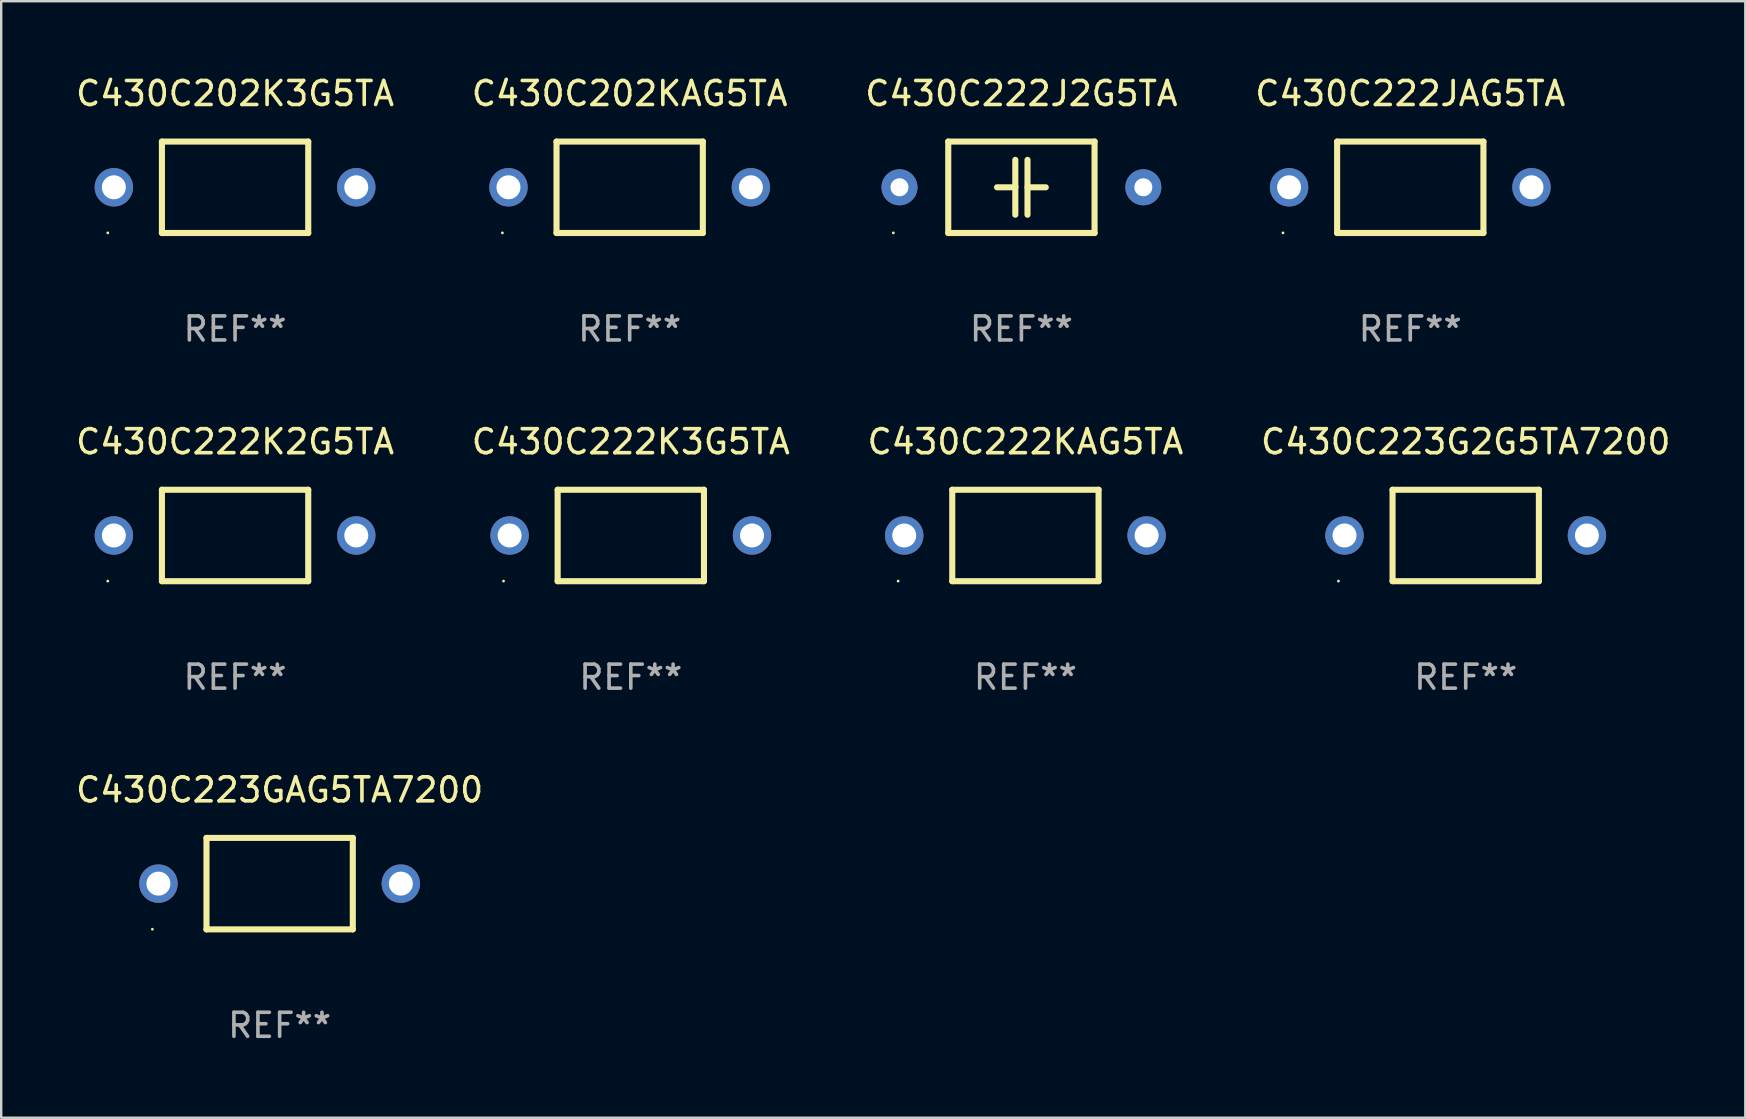
<source format=kicad_pcb>
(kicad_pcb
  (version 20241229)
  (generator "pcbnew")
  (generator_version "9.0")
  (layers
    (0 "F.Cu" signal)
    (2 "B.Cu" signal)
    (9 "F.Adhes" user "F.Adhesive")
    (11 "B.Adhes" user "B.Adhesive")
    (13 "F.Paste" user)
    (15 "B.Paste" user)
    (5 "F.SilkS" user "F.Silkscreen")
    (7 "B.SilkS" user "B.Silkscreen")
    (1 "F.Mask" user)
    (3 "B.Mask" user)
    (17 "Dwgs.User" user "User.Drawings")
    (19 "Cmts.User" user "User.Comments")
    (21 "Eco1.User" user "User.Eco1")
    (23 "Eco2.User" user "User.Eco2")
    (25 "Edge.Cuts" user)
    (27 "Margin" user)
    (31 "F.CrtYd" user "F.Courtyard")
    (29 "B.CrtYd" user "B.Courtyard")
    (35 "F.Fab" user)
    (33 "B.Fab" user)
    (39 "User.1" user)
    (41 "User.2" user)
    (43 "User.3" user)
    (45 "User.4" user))
  (footprint "C430C223GAG5TA7200"
    (layer "F.Cu")
    (at 8.601 33.766)
    (property "Reference" "C430C223GAG5TA7200" (at 0 -3.905 0) (layer "F.SilkS") (effects (font (size 1 1) (thickness 0.15))))
    (attr through_hole)
    (fp_line (start -3.048 -1.905) (end -3.048 1.905) (stroke (width 0.254) (type solid)) (layer "F.SilkS"))
    (fp_line (start -3.048 1.905) (end 3.048 1.905) (stroke (width 0.254) (type solid)) (layer "F.SilkS"))
    (fp_line (start 3.048 -1.905) (end -3.048 -1.905) (stroke (width 0.254) (type solid)) (layer "F.SilkS"))
    (fp_line (start 3.048 1.905) (end 3.048 -1.905) (stroke (width 0.254) (type solid)) (layer "F.SilkS"))
    (fp_circle (center -5.303 1.9) (end -5.273 1.9) (stroke (width 0.06) (type solid)) (fill no) (layer "F.SilkS"))
    (fp_text user "REF**" (at 0 5.905 0) (layer "F.Fab") (effects (font (size 1 1) (thickness 0.15))))
    (pad "1" thru_hole circle (at -5.05 0) (size 1.6 1.6) (drill 1) (layers "*.Cu" "*.Mask"))
    (pad "2" thru_hole circle (at 5.05 0) (size 1.6 1.6) (drill 1) (layers "*.Cu" "*.Mask")))
  (footprint "C430C222K3G5TA"
    (layer "F.Cu")
    (at 23.232 19.26)
    (property "Reference" "C430C222K3G5TA" (at 0 -3.905 0) (layer "F.SilkS") (effects (font (size 1 1) (thickness 0.15))))
    (attr through_hole)
    (fp_line (start -3.048 -1.905) (end -3.048 1.905) (stroke (width 0.254) (type solid)) (layer "F.SilkS"))
    (fp_line (start -3.048 1.905) (end 3.048 1.905) (stroke (width 0.254) (type solid)) (layer "F.SilkS"))
    (fp_line (start 3.048 -1.905) (end -3.048 -1.905) (stroke (width 0.254) (type solid)) (layer "F.SilkS"))
    (fp_line (start 3.048 1.905) (end 3.048 -1.905) (stroke (width 0.254) (type solid)) (layer "F.SilkS"))
    (fp_circle (center -5.303 1.9) (end -5.273 1.9) (stroke (width 0.06) (type solid)) (fill no) (layer "F.SilkS"))
    (fp_text user "REF**" (at 0 5.905 0) (layer "F.Fab") (effects (font (size 1 1) (thickness 0.15))))
    (pad "1" thru_hole circle (at -5.05 0) (size 1.6 1.6) (drill 1) (layers "*.Cu" "*.Mask"))
    (pad "2" thru_hole circle (at 5.05 0) (size 1.6 1.6) (drill 1) (layers "*.Cu" "*.Mask")))
  (footprint "C430C202KAG5TA"
    (layer "F.Cu")
    (at 23.185 4.753)
    (property "Reference" "C430C202KAG5TA" (at 0 -3.905 0) (layer "F.SilkS") (effects (font (size 1 1) (thickness 0.15))))
    (attr through_hole)
    (fp_line (start -3.048 -1.905) (end -3.048 1.905) (stroke (width 0.254) (type solid)) (layer "F.SilkS"))
    (fp_line (start -3.048 1.905) (end 3.048 1.905) (stroke (width 0.254) (type solid)) (layer "F.SilkS"))
    (fp_line (start 3.048 -1.905) (end -3.048 -1.905) (stroke (width 0.254) (type solid)) (layer "F.SilkS"))
    (fp_line (start 3.048 1.905) (end 3.048 -1.905) (stroke (width 0.254) (type solid)) (layer "F.SilkS"))
    (fp_circle (center -5.303 1.9) (end -5.273 1.9) (stroke (width 0.06) (type solid)) (fill no) (layer "F.SilkS"))
    (fp_text user "REF**" (at 0 5.905 0) (layer "F.Fab") (effects (font (size 1 1) (thickness 0.15))))
    (pad "1" thru_hole circle (at -5.05 0) (size 1.6 1.6) (drill 1) (layers "*.Cu" "*.Mask"))
    (pad "2" thru_hole circle (at 5.05 0) (size 1.6 1.6) (drill 1) (layers "*.Cu" "*.Mask")))
  (footprint "C430C222J2G5TA"
    (layer "F.Cu")
    (at 39.506 4.753)
    (property "Reference" "C430C222J2G5TA" (at 0 -3.905 0) (layer "F.SilkS") (effects (font (size 1 1) (thickness 0.15))))
    (attr through_hole)
    (fp_line (start -3.048 -1.905) (end 3.048 -1.905) (stroke (width 0.254) (type solid)) (layer "F.SilkS"))
    (fp_line (start -3.048 1.905) (end -3.048 -1.905) (stroke (width 0.254) (type solid)) (layer "F.SilkS"))
    (fp_line (start -1.016 0) (end -0.254 0) (stroke (width 0.254) (type solid)) (layer "F.SilkS"))
    (fp_line (start -0.254 -1.143) (end -0.254 -0.036) (stroke (width 0.254) (type solid)) (layer "F.SilkS"))
    (fp_line (start -0.254 -0.036) (end -0.254 1.143) (stroke (width 0.254) (type solid)) (layer "F.SilkS"))
    (fp_line (start 0.254 1.143) (end 0.254 -1.143) (stroke (width 0.254) (type solid)) (layer "F.SilkS"))
    (fp_line (start 1.016 0) (end 0.254 0) (stroke (width 0.254) (type solid)) (layer "F.SilkS"))
    (fp_line (start 3.048 -1.905) (end 3.048 1.905) (stroke (width 0.254) (type solid)) (layer "F.SilkS"))
    (fp_line (start 3.048 1.905) (end -3.048 1.905) (stroke (width 0.254) (type solid)) (layer "F.SilkS"))
    (fp_circle (center -5.335 1.9) (end -5.305 1.9) (stroke (width 0.06) (type solid)) (fill no) (layer "F.SilkS"))
    (fp_text user "REF**" (at 0 5.905 0) (layer "F.Fab") (effects (font (size 1 1) (thickness 0.15))))
    (pad "1" thru_hole circle (at -5.08 0) (size 1.5 1.5) (drill 0.75) (layers "*.Cu" "*.Mask"))
    (pad "2" thru_hole circle (at 5.08 0) (size 1.5 1.5) (drill 0.75) (layers "*.Cu" "*.Mask")))
  (footprint "C430C222K2G5TA"
    (layer "F.Cu")
    (at 6.744 19.26)
    (property "Reference" "C430C222K2G5TA" (at 0 -3.905 0) (layer "F.SilkS") (effects (font (size 1 1) (thickness 0.15))))
    (attr through_hole)
    (fp_line (start -3.048 -1.905) (end -3.048 1.905) (stroke (width 0.254) (type solid)) (layer "F.SilkS"))
    (fp_line (start -3.048 1.905) (end 3.048 1.905) (stroke (width 0.254) (type solid)) (layer "F.SilkS"))
    (fp_line (start 3.048 -1.905) (end -3.048 -1.905) (stroke (width 0.254) (type solid)) (layer "F.SilkS"))
    (fp_line (start 3.048 1.905) (end 3.048 -1.905) (stroke (width 0.254) (type solid)) (layer "F.SilkS"))
    (fp_circle (center -5.303 1.9) (end -5.273 1.9) (stroke (width 0.06) (type solid)) (fill no) (layer "F.SilkS"))
    (fp_text user "REF**" (at 0 5.905 0) (layer "F.Fab") (effects (font (size 1 1) (thickness 0.15))))
    (pad "1" thru_hole circle (at -5.05 0) (size 1.6 1.6) (drill 1) (layers "*.Cu" "*.Mask"))
    (pad "2" thru_hole circle (at 5.05 0) (size 1.6 1.6) (drill 1) (layers "*.Cu" "*.Mask")))
  (footprint "C430C222JAG5TA"
    (layer "F.Cu")
    (at 55.708 4.753)
    (property "Reference" "C430C222JAG5TA" (at 0 -3.905 0) (layer "F.SilkS") (effects (font (size 1 1) (thickness 0.15))))
    (attr through_hole)
    (fp_line (start -3.048 -1.905) (end -3.048 1.905) (stroke (width 0.254) (type solid)) (layer "F.SilkS"))
    (fp_line (start -3.048 1.905) (end 3.048 1.905) (stroke (width 0.254) (type solid)) (layer "F.SilkS"))
    (fp_line (start 3.048 -1.905) (end -3.048 -1.905) (stroke (width 0.254) (type solid)) (layer "F.SilkS"))
    (fp_line (start 3.048 1.905) (end 3.048 -1.905) (stroke (width 0.254) (type solid)) (layer "F.SilkS"))
    (fp_circle (center -5.303 1.9) (end -5.273 1.9) (stroke (width 0.06) (type solid)) (fill no) (layer "F.SilkS"))
    (fp_text user "REF**" (at 0 5.905 0) (layer "F.Fab") (effects (font (size 1 1) (thickness 0.15))))
    (pad "1" thru_hole circle (at -5.05 0) (size 1.6 1.6) (drill 1) (layers "*.Cu" "*.Mask"))
    (pad "2" thru_hole circle (at 5.05 0) (size 1.6 1.6) (drill 1) (layers "*.Cu" "*.Mask")))
  (footprint "C430C202K3G5TA"
    (layer "F.Cu")
    (at 6.744 4.753)
    (property "Reference" "C430C202K3G5TA" (at 0 -3.905 0) (layer "F.SilkS") (effects (font (size 1 1) (thickness 0.15))))
    (attr through_hole)
    (fp_line (start -3.048 -1.905) (end -3.048 1.905) (stroke (width 0.254) (type solid)) (layer "F.SilkS"))
    (fp_line (start -3.048 1.905) (end 3.048 1.905) (stroke (width 0.254) (type solid)) (layer "F.SilkS"))
    (fp_line (start 3.048 -1.905) (end -3.048 -1.905) (stroke (width 0.254) (type solid)) (layer "F.SilkS"))
    (fp_line (start 3.048 1.905) (end 3.048 -1.905) (stroke (width 0.254) (type solid)) (layer "F.SilkS"))
    (fp_circle (center -5.303 1.9) (end -5.273 1.9) (stroke (width 0.06) (type solid)) (fill no) (layer "F.SilkS"))
    (fp_text user "REF**" (at 0 5.905 0) (layer "F.Fab") (effects (font (size 1 1) (thickness 0.15))))
    (pad "1" thru_hole circle (at -5.05 0) (size 1.6 1.6) (drill 1) (layers "*.Cu" "*.Mask"))
    (pad "2" thru_hole circle (at 5.05 0) (size 1.6 1.6) (drill 1) (layers "*.Cu" "*.Mask")))
  (footprint "C430C223G2G5TA7200"
    (layer "F.Cu")
    (at 58.018 19.26)
    (property "Reference" "C430C223G2G5TA7200" (at 0 -3.905 0) (layer "F.SilkS") (effects (font (size 1 1) (thickness 0.15))))
    (attr through_hole)
    (fp_line (start -3.048 -1.905) (end -3.048 1.905) (stroke (width 0.254) (type solid)) (layer "F.SilkS"))
    (fp_line (start -3.048 1.905) (end 3.048 1.905) (stroke (width 0.254) (type solid)) (layer "F.SilkS"))
    (fp_line (start 3.048 -1.905) (end -3.048 -1.905) (stroke (width 0.254) (type solid)) (layer "F.SilkS"))
    (fp_line (start 3.048 1.905) (end 3.048 -1.905) (stroke (width 0.254) (type solid)) (layer "F.SilkS"))
    (fp_circle (center -5.303 1.9) (end -5.273 1.9) (stroke (width 0.06) (type solid)) (fill no) (layer "F.SilkS"))
    (fp_text user "REF**" (at 0 5.905 0) (layer "F.Fab") (effects (font (size 1 1) (thickness 0.15))))
    (pad "1" thru_hole circle (at -5.05 0) (size 1.6 1.6) (drill 1) (layers "*.Cu" "*.Mask"))
    (pad "2" thru_hole circle (at 5.05 0) (size 1.6 1.6) (drill 1) (layers "*.Cu" "*.Mask")))
  (footprint "C430C222KAG5TA"
    (layer "F.Cu")
    (at 39.673 19.26)
    (property "Reference" "C430C222KAG5TA" (at 0 -3.905 0) (layer "F.SilkS") (effects (font (size 1 1) (thickness 0.15))))
    (attr through_hole)
    (fp_line (start -3.048 -1.905) (end -3.048 1.905) (stroke (width 0.254) (type solid)) (layer "F.SilkS"))
    (fp_line (start -3.048 1.905) (end 3.048 1.905) (stroke (width 0.254) (type solid)) (layer "F.SilkS"))
    (fp_line (start 3.048 -1.905) (end -3.048 -1.905) (stroke (width 0.254) (type solid)) (layer "F.SilkS"))
    (fp_line (start 3.048 1.905) (end 3.048 -1.905) (stroke (width 0.254) (type solid)) (layer "F.SilkS"))
    (fp_circle (center -5.303 1.9) (end -5.273 1.9) (stroke (width 0.06) (type solid)) (fill no) (layer "F.SilkS"))
    (fp_text user "REF**" (at 0 5.905 0) (layer "F.Fab") (effects (font (size 1 1) (thickness 0.15))))
    (pad "1" thru_hole circle (at -5.05 0) (size 1.6 1.6) (drill 1) (layers "*.Cu" "*.Mask"))
    (pad "2" thru_hole circle (at 5.05 0) (size 1.6 1.6) (drill 1) (layers "*.Cu" "*.Mask")))
  (gr_rect
    (start -3 -3)
    (end 69.667 43.52)
    (stroke (width 0.1) (type default))
    (fill no)
    (layer "Edge.Cuts")))
</source>
